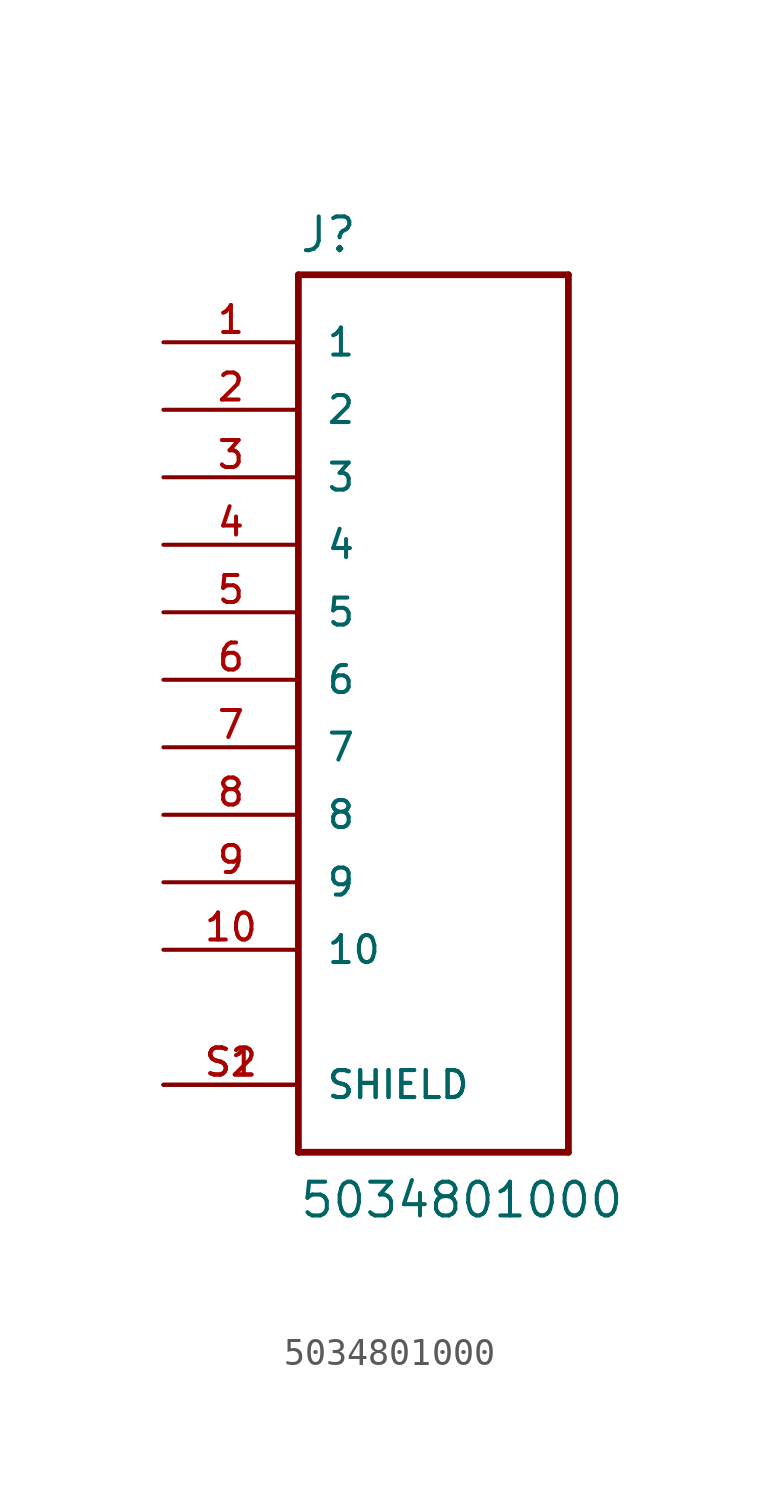
<source format=kicad_sym>
(kicad_symbol_lib
  (version 20220914)
  (generator kicad_symbol_editor)
  (symbol "5034801000"
    (pin_names
      (offset 1.016))
    (property "Reference" "J"
      (at -5.08 18.542 0)
      (effects (font (size 1.27 1.27)) (justify left bottom)))
    (property "Value" "5034801000"
      (at -5.08 -17.78 0)
      (effects (font (size 1.27 1.27)) (justify left bottom)))
    (property "ki_locked" ""
      (at 0 0 0)
      (effects (font (size 1.27 1.27))))
    (symbol "5034801000_0_0"
      (polyline (pts (xy -5.08 -15.24) (xy -5.08 17.78)) (stroke (width 0.254) (type solid)) (fill (type none)))
      (polyline (pts (xy -5.08 17.78) (xy 5.08 17.78)) (stroke (width 0.254) (type solid)) (fill (type none)))
      (polyline (pts (xy 5.08 -15.24) (xy -5.08 -15.24)) (stroke (width 0.254) (type solid)) (fill (type none)))
      (polyline (pts (xy 5.08 17.78) (xy 5.08 -15.24)) (stroke (width 0.254) (type solid)) (fill (type none)))
      (pin passive line (at -10.16 15.24 0) (length 5.08) (name "1" (effects (font (size 1.016 1.016)))) (number "1" (effects (font (size 1.016 1.016)))))
      (pin passive line (at -10.16 -7.62 0) (length 5.08) (name "10" (effects (font (size 1.016 1.016)))) (number "10" (effects (font (size 1.016 1.016)))))
      (pin passive line (at -10.16 12.7 0) (length 5.08) (name "2" (effects (font (size 1.016 1.016)))) (number "2" (effects (font (size 1.016 1.016)))))
      (pin passive line (at -10.16 10.16 0) (length 5.08) (name "3" (effects (font (size 1.016 1.016)))) (number "3" (effects (font (size 1.016 1.016)))))
      (pin passive line (at -10.16 7.62 0) (length 5.08) (name "4" (effects (font (size 1.016 1.016)))) (number "4" (effects (font (size 1.016 1.016)))))
      (pin passive line (at -10.16 5.08 0) (length 5.08) (name "5" (effects (font (size 1.016 1.016)))) (number "5" (effects (font (size 1.016 1.016)))))
      (pin passive line (at -10.16 2.54 0) (length 5.08) (name "6" (effects (font (size 1.016 1.016)))) (number "6" (effects (font (size 1.016 1.016)))))
      (pin passive line (at -10.16 0 0) (length 5.08) (name "7" (effects (font (size 1.016 1.016)))) (number "7" (effects (font (size 1.016 1.016)))))
      (pin passive line (at -10.16 -2.54 0) (length 5.08) (name "8" (effects (font (size 1.016 1.016)))) (number "8" (effects (font (size 1.016 1.016)))))
      (pin passive line (at -10.16 -5.08 0) (length 5.08) (name "9" (effects (font (size 1.016 1.016)))) (number "9" (effects (font (size 1.016 1.016)))))
      (pin passive line (at -10.16 -12.7 0) (length 5.08) (name "SHIELD" (effects (font (size 1.016 1.016)))) (number "S1" (effects (font (size 1.016 1.016)))))
      (pin passive line (at -10.16 -12.7 0) (length 5.08) (name "SHIELD" (effects (font (size 1.016 1.016)))) (number "S2" (effects (font (size 1.016 1.016))))))))
</source>
